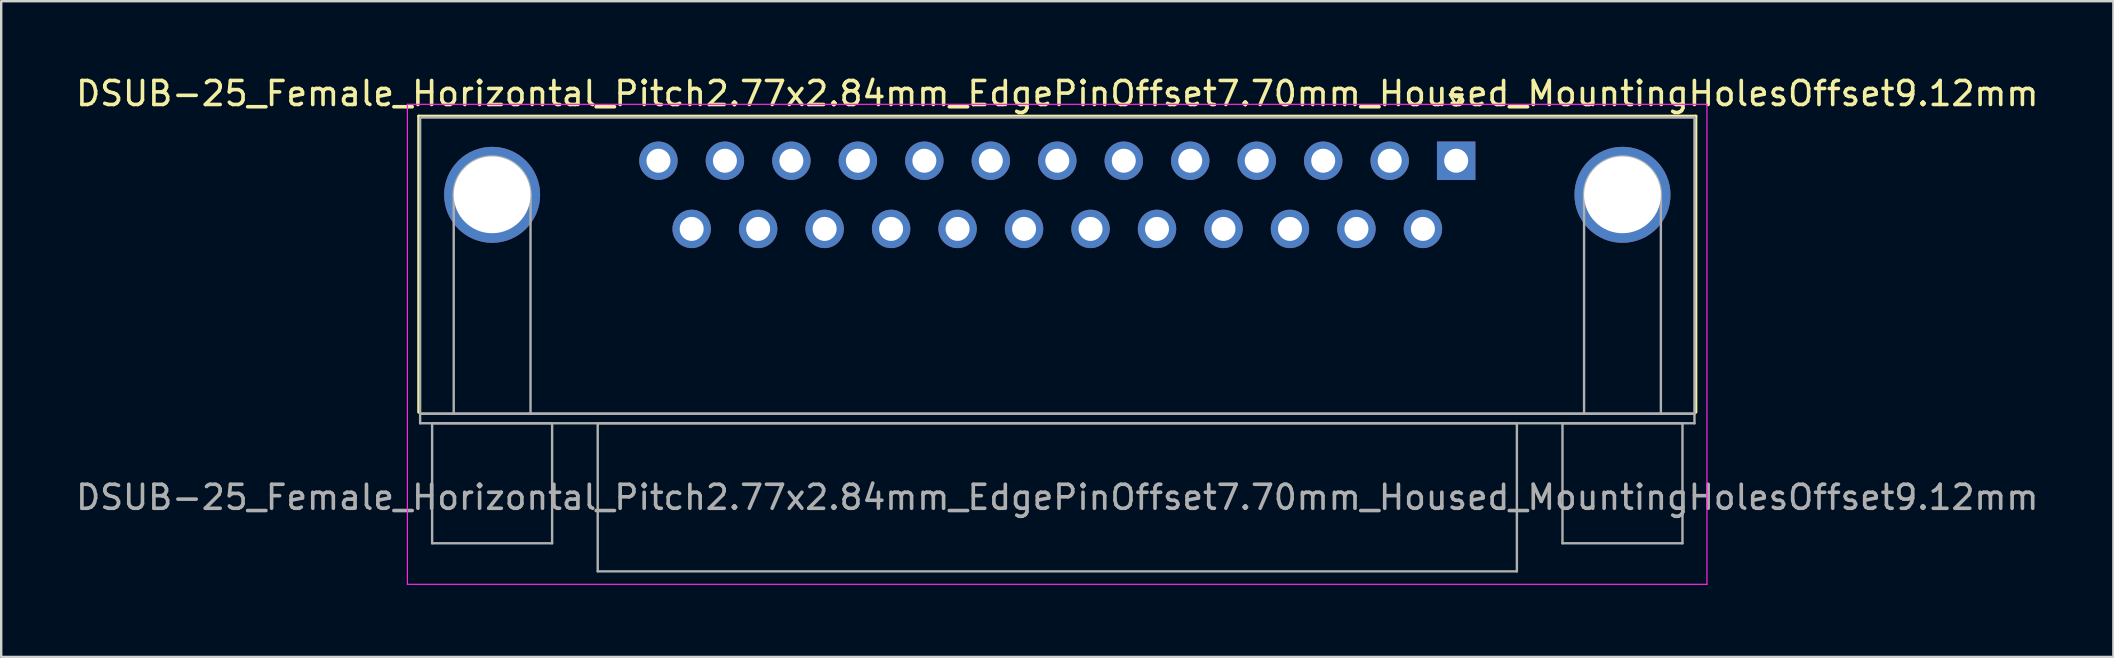
<source format=kicad_pcb>
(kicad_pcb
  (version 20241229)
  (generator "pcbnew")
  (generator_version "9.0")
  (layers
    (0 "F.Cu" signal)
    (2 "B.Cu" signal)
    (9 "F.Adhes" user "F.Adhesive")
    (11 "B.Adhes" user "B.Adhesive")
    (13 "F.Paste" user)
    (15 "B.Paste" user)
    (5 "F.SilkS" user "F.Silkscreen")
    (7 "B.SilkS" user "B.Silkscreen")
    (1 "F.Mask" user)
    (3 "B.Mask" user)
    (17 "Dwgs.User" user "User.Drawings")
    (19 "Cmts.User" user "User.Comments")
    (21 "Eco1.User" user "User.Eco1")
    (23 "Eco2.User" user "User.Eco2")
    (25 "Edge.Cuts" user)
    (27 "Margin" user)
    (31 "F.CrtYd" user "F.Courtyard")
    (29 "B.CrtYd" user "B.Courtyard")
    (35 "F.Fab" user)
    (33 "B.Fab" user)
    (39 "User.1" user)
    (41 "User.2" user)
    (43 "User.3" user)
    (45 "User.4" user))
  (footprint "DSUB-25_Female_Horizontal_Pitch2.77x2.84mm_EdgePinOffset7.70mm_Housed_MountingHolesOffset9.12mm"
    (layer "F.Cu")
    (at 57.626 3.648)
    (property "Reference" "DSUB-25_Female_Horizontal_Pitch2.77x2.84mm_EdgePinOffset7.70mm_Housed_MountingHolesOffset9.12mm" (at -16.62 -2.8 0) (layer "F.SilkS") (effects (font (size 1 1) (thickness 0.15))))
    (attr through_hole)
    (fp_line (start -43.23 -1.86) (end 9.99 -1.86) (stroke (width 0.12) (type solid)) (layer "F.SilkS"))
    (fp_line (start -43.23 10.48) (end -43.23 -1.86) (stroke (width 0.12) (type solid)) (layer "F.SilkS"))
    (fp_line (start -0.25 -2.754) (end 0.25 -2.754) (stroke (width 0.12) (type solid)) (layer "F.SilkS"))
    (fp_line (start 0 -2.321) (end -0.25 -2.754) (stroke (width 0.12) (type solid)) (layer "F.SilkS"))
    (fp_line (start 0.25 -2.754) (end 0 -2.321) (stroke (width 0.12) (type solid)) (layer "F.SilkS"))
    (fp_line (start 9.99 -1.86) (end 9.99 10.48) (stroke (width 0.12) (type solid)) (layer "F.SilkS"))
    (fp_line (start -43.7 -2.35) (end -43.7 17.65) (stroke (width 0.05) (type solid)) (layer "F.CrtYd"))
    (fp_line (start -43.7 17.65) (end 10.45 17.65) (stroke (width 0.05) (type solid)) (layer "F.CrtYd"))
    (fp_line (start 10.45 -2.35) (end -43.7 -2.35) (stroke (width 0.05) (type solid)) (layer "F.CrtYd"))
    (fp_line (start 10.45 17.65) (end 10.45 -2.35) (stroke (width 0.05) (type solid)) (layer "F.CrtYd"))
    (fp_line (start -43.17 -1.8) (end -43.17 10.54) (stroke (width 0.1) (type solid)) (layer "F.Fab"))
    (fp_line (start -43.17 10.54) (end -43.17 10.94) (stroke (width 0.1) (type solid)) (layer "F.Fab"))
    (fp_line (start -43.17 10.54) (end 9.93 10.54) (stroke (width 0.1) (type solid)) (layer "F.Fab"))
    (fp_line (start -43.17 10.94) (end 9.93 10.94) (stroke (width 0.1) (type solid)) (layer "F.Fab"))
    (fp_line (start -42.67 10.94) (end -42.67 15.94) (stroke (width 0.1) (type solid)) (layer "F.Fab"))
    (fp_line (start -42.67 15.94) (end -37.67 15.94) (stroke (width 0.1) (type solid)) (layer "F.Fab"))
    (fp_line (start -41.77 10.54) (end -41.77 1.42) (stroke (width 0.1) (type solid)) (layer "F.Fab"))
    (fp_line (start -38.57 10.54) (end -38.57 1.42) (stroke (width 0.1) (type solid)) (layer "F.Fab"))
    (fp_line (start -37.67 10.94) (end -42.67 10.94) (stroke (width 0.1) (type solid)) (layer "F.Fab"))
    (fp_line (start -37.67 15.94) (end -37.67 10.94) (stroke (width 0.1) (type solid)) (layer "F.Fab"))
    (fp_line (start -35.77 10.94) (end -35.77 17.11) (stroke (width 0.1) (type solid)) (layer "F.Fab"))
    (fp_line (start -35.77 17.11) (end 2.53 17.11) (stroke (width 0.1) (type solid)) (layer "F.Fab"))
    (fp_line (start 2.53 10.94) (end -35.77 10.94) (stroke (width 0.1) (type solid)) (layer "F.Fab"))
    (fp_line (start 2.53 17.11) (end 2.53 10.94) (stroke (width 0.1) (type solid)) (layer "F.Fab"))
    (fp_line (start 4.43 10.94) (end 4.43 15.94) (stroke (width 0.1) (type solid)) (layer "F.Fab"))
    (fp_line (start 4.43 15.94) (end 9.43 15.94) (stroke (width 0.1) (type solid)) (layer "F.Fab"))
    (fp_line (start 5.33 10.54) (end 5.33 1.42) (stroke (width 0.1) (type solid)) (layer "F.Fab"))
    (fp_line (start 8.53 10.54) (end 8.53 1.42) (stroke (width 0.1) (type solid)) (layer "F.Fab"))
    (fp_line (start 9.43 10.94) (end 4.43 10.94) (stroke (width 0.1) (type solid)) (layer "F.Fab"))
    (fp_line (start 9.43 15.94) (end 9.43 10.94) (stroke (width 0.1) (type solid)) (layer "F.Fab"))
    (fp_line (start 9.93 -1.8) (end -43.17 -1.8) (stroke (width 0.1) (type solid)) (layer "F.Fab"))
    (fp_line (start 9.93 10.54) (end -43.17 10.54) (stroke (width 0.1) (type solid)) (layer "F.Fab"))
    (fp_line (start 9.93 10.54) (end 9.93 -1.8) (stroke (width 0.1) (type solid)) (layer "F.Fab"))
    (fp_line (start 9.93 10.94) (end 9.93 10.54) (stroke (width 0.1) (type solid)) (layer "F.Fab"))
    (fp_arc (start -41.77 1.42) (mid -40.17 -0.18) (end -38.57 1.42) (stroke (width 0.1) (type solid)) (layer "F.Fab"))
    (fp_arc (start 5.33 1.42) (mid 6.93 -0.18) (end 8.53 1.42) (stroke (width 0.1) (type solid)) (layer "F.Fab"))
    (fp_text user "${REFERENCE}" (at -16.62 14.025 0) (layer "F.Fab") (effects (font (size 1 1) (thickness 0.15))))
    (pad "0" thru_hole circle (at -40.17 1.42) (size 4 4) (drill 3.2) (layers "*.Cu" "*.Mask"))
    (pad "0" thru_hole circle (at 6.93 1.42) (size 4 4) (drill 3.2) (layers "*.Cu" "*.Mask"))
    (pad "1" thru_hole rect (at 0 0) (size 1.6 1.6) (drill 1) (layers "*.Cu" "*.Mask"))
    (pad "2" thru_hole circle (at -2.77 0) (size 1.6 1.6) (drill 1) (layers "*.Cu" "*.Mask"))
    (pad "3" thru_hole circle (at -5.54 0) (size 1.6 1.6) (drill 1) (layers "*.Cu" "*.Mask"))
    (pad "4" thru_hole circle (at -8.31 0) (size 1.6 1.6) (drill 1) (layers "*.Cu" "*.Mask"))
    (pad "5" thru_hole circle (at -11.08 0) (size 1.6 1.6) (drill 1) (layers "*.Cu" "*.Mask"))
    (pad "6" thru_hole circle (at -13.85 0) (size 1.6 1.6) (drill 1) (layers "*.Cu" "*.Mask"))
    (pad "7" thru_hole circle (at -16.62 0) (size 1.6 1.6) (drill 1) (layers "*.Cu" "*.Mask"))
    (pad "8" thru_hole circle (at -19.39 0) (size 1.6 1.6) (drill 1) (layers "*.Cu" "*.Mask"))
    (pad "9" thru_hole circle (at -22.16 0) (size 1.6 1.6) (drill 1) (layers "*.Cu" "*.Mask"))
    (pad "10" thru_hole circle (at -24.93 0) (size 1.6 1.6) (drill 1) (layers "*.Cu" "*.Mask"))
    (pad "11" thru_hole circle (at -27.7 0) (size 1.6 1.6) (drill 1) (layers "*.Cu" "*.Mask"))
    (pad "12" thru_hole circle (at -30.47 0) (size 1.6 1.6) (drill 1) (layers "*.Cu" "*.Mask"))
    (pad "13" thru_hole circle (at -33.24 0) (size 1.6 1.6) (drill 1) (layers "*.Cu" "*.Mask"))
    (pad "14" thru_hole circle (at -1.385 2.84) (size 1.6 1.6) (drill 1) (layers "*.Cu" "*.Mask"))
    (pad "15" thru_hole circle (at -4.155 2.84) (size 1.6 1.6) (drill 1) (layers "*.Cu" "*.Mask"))
    (pad "16" thru_hole circle (at -6.925 2.84) (size 1.6 1.6) (drill 1) (layers "*.Cu" "*.Mask"))
    (pad "17" thru_hole circle (at -9.695 2.84) (size 1.6 1.6) (drill 1) (layers "*.Cu" "*.Mask"))
    (pad "18" thru_hole circle (at -12.465 2.84) (size 1.6 1.6) (drill 1) (layers "*.Cu" "*.Mask"))
    (pad "19" thru_hole circle (at -15.235 2.84) (size 1.6 1.6) (drill 1) (layers "*.Cu" "*.Mask"))
    (pad "20" thru_hole circle (at -18.005 2.84) (size 1.6 1.6) (drill 1) (layers "*.Cu" "*.Mask"))
    (pad "21" thru_hole circle (at -20.775 2.84) (size 1.6 1.6) (drill 1) (layers "*.Cu" "*.Mask"))
    (pad "22" thru_hole circle (at -23.545 2.84) (size 1.6 1.6) (drill 1) (layers "*.Cu" "*.Mask"))
    (pad "23" thru_hole circle (at -26.315 2.84) (size 1.6 1.6) (drill 1) (layers "*.Cu" "*.Mask"))
    (pad "24" thru_hole circle (at -29.085 2.84) (size 1.6 1.6) (drill 1) (layers "*.Cu" "*.Mask"))
    (pad "25" thru_hole circle (at -31.855 2.84) (size 1.6 1.6) (drill 1) (layers "*.Cu" "*.Mask")))
  (gr_rect
    (start -3 -3)
    (end 85.012 24.323)
    (stroke (width 0.1) (type default))
    (fill no)
    (layer "Edge.Cuts")))
</source>
